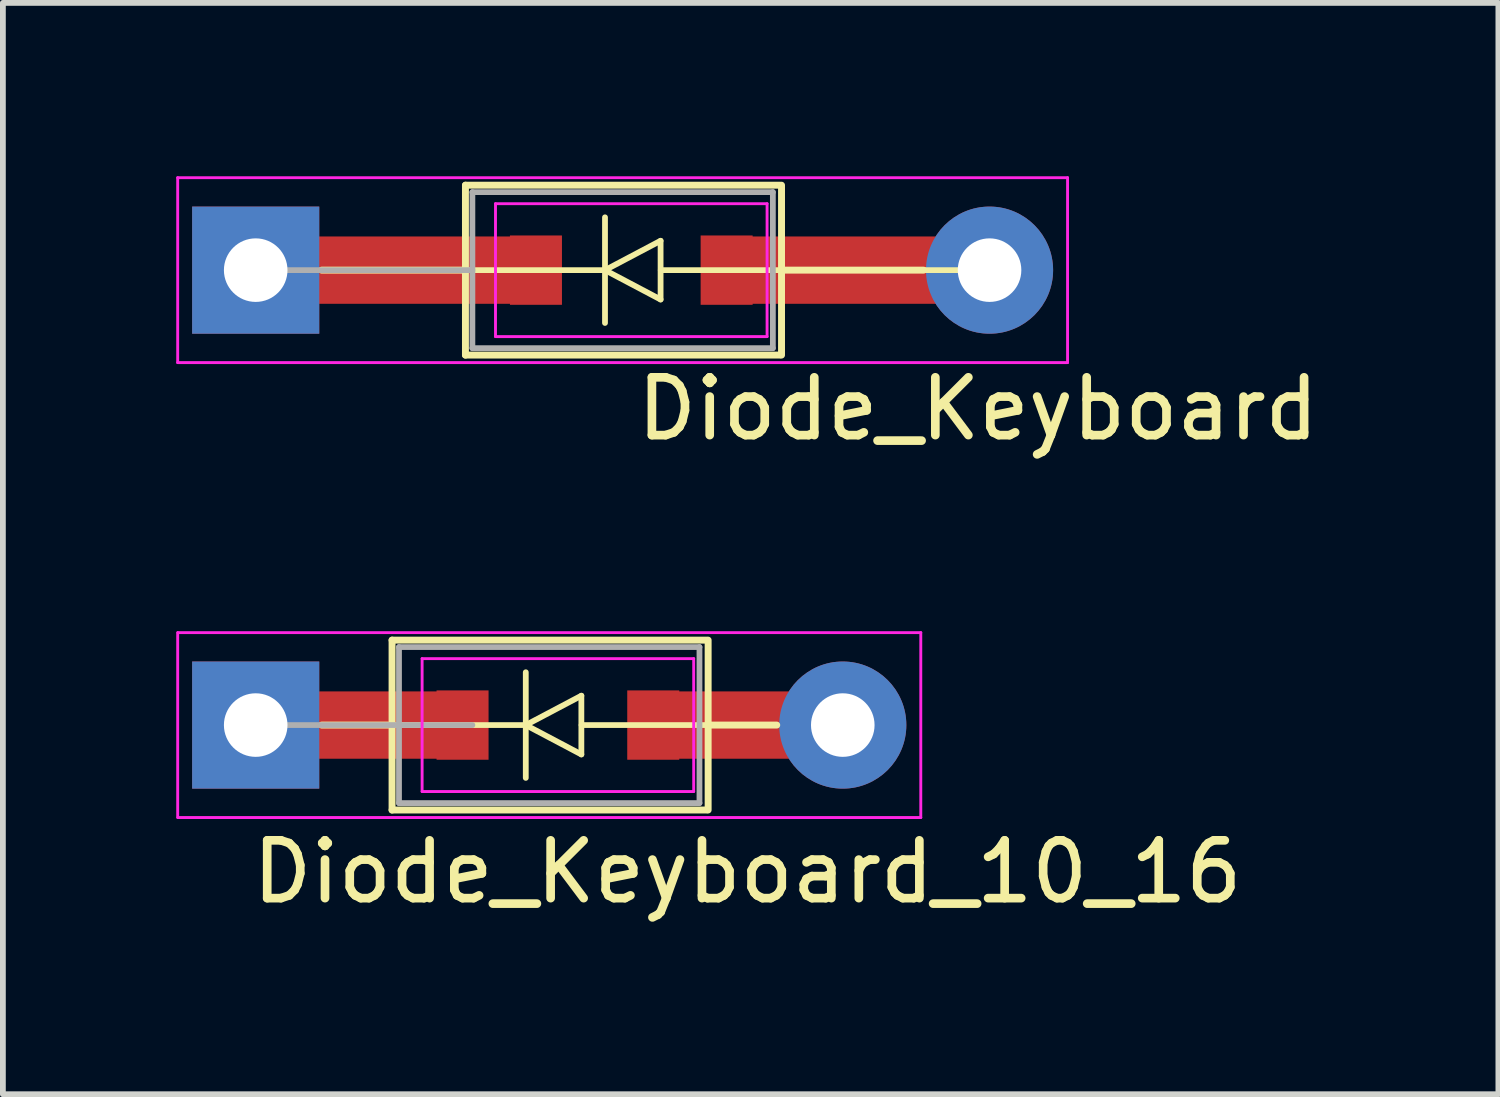
<source format=kicad_pcb>
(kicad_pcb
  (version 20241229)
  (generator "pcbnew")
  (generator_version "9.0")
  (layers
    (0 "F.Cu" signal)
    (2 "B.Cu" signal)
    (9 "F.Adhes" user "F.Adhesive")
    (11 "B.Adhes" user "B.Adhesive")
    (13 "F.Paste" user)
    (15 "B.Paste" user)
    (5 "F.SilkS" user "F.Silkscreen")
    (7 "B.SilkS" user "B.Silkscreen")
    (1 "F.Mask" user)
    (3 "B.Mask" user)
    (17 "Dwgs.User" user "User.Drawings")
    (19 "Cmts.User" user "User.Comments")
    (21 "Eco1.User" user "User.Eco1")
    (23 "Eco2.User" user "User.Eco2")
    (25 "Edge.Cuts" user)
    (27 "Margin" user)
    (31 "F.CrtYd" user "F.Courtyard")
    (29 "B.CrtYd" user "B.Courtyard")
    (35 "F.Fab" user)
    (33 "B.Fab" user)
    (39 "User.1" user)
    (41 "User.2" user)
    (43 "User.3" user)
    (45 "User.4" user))
  (footprint "Diode_Keyboard_10_16"
    (layer "F.Cu")
    (at 1.375 9.498)
    (property "Reference" "Diode_Keyboard_10_16" (at 8.509 2.54 0) (layer "F.SilkS") (effects (font (size 1 1) (thickness 0.15))))
    (attr through_hole)
    (fp_line (start 3.683 -0.254) (end 1.016 -0.254) (stroke (width 0.15) (type solid)) (layer "F.Cu"))
    (fp_line (start 3.683 0) (end 0.889 0) (stroke (width 0.15) (type solid)) (layer "F.Cu"))
    (fp_line (start 3.683 0.127) (end 1.016 0.127) (stroke (width 0.15) (type solid)) (layer "F.Cu"))
    (fp_line (start 3.683 0.254) (end 1.016 0.254) (stroke (width 0.15) (type solid)) (layer "F.Cu"))
    (fp_line (start 3.683 0.381) (end 1.016 0.381) (stroke (width 0.15) (type solid)) (layer "F.Cu"))
    (fp_line (start 3.683 0.508) (end 1.016 0.508) (stroke (width 0.15) (type solid)) (layer "F.Cu"))
    (fp_line (start 3.81 -0.381) (end 1.016 -0.381) (stroke (width 0.15) (type solid)) (layer "F.Cu"))
    (fp_line (start 3.81 -0.127) (end 1.016 -0.127) (stroke (width 0.15) (type solid)) (layer "F.Cu"))
    (fp_line (start 3.937 -0.508) (end 1.016 -0.508) (stroke (width 0.15) (type solid)) (layer "F.Cu"))
    (fp_line (start 7.239 0) (end 10.414 0) (stroke (width 0.15) (type solid)) (layer "F.Cu"))
    (fp_line (start 10.541 -0.508) (end 7.112 -0.508) (stroke (width 0.15) (type solid)) (layer "F.Cu"))
    (fp_line (start 10.541 -0.381) (end 7.112 -0.381) (stroke (width 0.15) (type solid)) (layer "F.Cu"))
    (fp_line (start 10.541 -0.254) (end 7.112 -0.254) (stroke (width 0.15) (type solid)) (layer "F.Cu"))
    (fp_line (start 10.541 -0.127) (end 7.112 -0.127) (stroke (width 0.15) (type solid)) (layer "F.Cu"))
    (fp_line (start 10.541 0.127) (end 7.112 0.127) (stroke (width 0.15) (type solid)) (layer "F.Cu"))
    (fp_line (start 10.541 0.254) (end 7.112 0.254) (stroke (width 0.15) (type solid)) (layer "F.Cu"))
    (fp_line (start 10.541 0.381) (end 7.112 0.381) (stroke (width 0.15) (type solid)) (layer "F.Cu"))
    (fp_line (start 10.541 0.508) (end 7.112 0.508) (stroke (width 0.15) (type solid)) (layer "F.Cu"))
    (fp_line (start 1.143 0) (end 2.286 0) (stroke (width 0.12) (type solid)) (layer "F.SilkS"))
    (fp_line (start 2.207 0) (end 4.674 0) (stroke (width 0.1) (type solid)) (layer "F.SilkS"))
    (fp_line (start 2.36 -1.47) (end 2.36 1.47) (stroke (width 0.12) (type solid)) (layer "F.SilkS"))
    (fp_line (start 2.36 1.47) (end 7.8 1.47) (stroke (width 0.12) (type solid)) (layer "F.SilkS"))
    (fp_line (start 4.674 0) (end 4.674 -0.914) (stroke (width 0.1) (type solid)) (layer "F.SilkS"))
    (fp_line (start 4.674 0) (end 5.636 -0.508) (stroke (width 0.1) (type solid)) (layer "F.SilkS"))
    (fp_line (start 4.674 0.914) (end 4.674 0) (stroke (width 0.1) (type solid)) (layer "F.SilkS"))
    (fp_line (start 5.636 -0.508) (end 5.636 0.508) (stroke (width 0.1) (type solid)) (layer "F.SilkS"))
    (fp_line (start 5.636 0.508) (end 4.674 0) (stroke (width 0.1) (type solid)) (layer "F.SilkS"))
    (fp_line (start 7.8 -1.47) (end 2.36 -1.47) (stroke (width 0.12) (type solid)) (layer "F.SilkS"))
    (fp_line (start 7.83 -1.47) (end 7.83 1.47) (stroke (width 0.12) (type solid)) (layer "F.SilkS"))
    (fp_line (start 7.874 0) (end 5.639 0) (stroke (width 0.1) (type solid)) (layer "F.SilkS"))
    (fp_line (start 9.017 0) (end 7.874 0) (stroke (width 0.12) (type solid)) (layer "F.SilkS"))
    (fp_line (start -1.35 -1.6) (end -1.35 1.6) (stroke (width 0.05) (type solid)) (layer "F.CrtYd"))
    (fp_line (start 2.88 -1.15) (end 2.88 1.15) (stroke (width 0.05) (type solid)) (layer "F.CrtYd"))
    (fp_line (start 2.88 -1.15) (end 7.58 -1.15) (stroke (width 0.05) (type solid)) (layer "F.CrtYd"))
    (fp_line (start 7.58 -1.15) (end 7.58 1.15) (stroke (width 0.05) (type solid)) (layer "F.CrtYd"))
    (fp_line (start 7.58 1.15) (end 2.88 1.15) (stroke (width 0.05) (type solid)) (layer "F.CrtYd"))
    (fp_line (start 11.51 -1.6) (end -1.346 -1.6) (stroke (width 0.05) (type solid)) (layer "F.CrtYd"))
    (fp_line (start 11.51 1.6) (end 11.51 -1.6) (stroke (width 0.05) (type solid)) (layer "F.CrtYd"))
    (fp_line (start 11.51 1.6) (end -1.346 1.6) (stroke (width 0.05) (type solid)) (layer "F.CrtYd"))
    (fp_line (start 0 0) (end 3.75 0) (stroke (width 0.1) (type solid)) (layer "F.Fab"))
    (fp_line (start 2.48 -1.35) (end 2.48 1.35) (stroke (width 0.1) (type solid)) (layer "F.Fab"))
    (fp_line (start 2.48 1.35) (end 7.68 1.35) (stroke (width 0.1) (type solid)) (layer "F.Fab"))
    (fp_line (start 7.68 -1.35) (end 2.48 -1.35) (stroke (width 0.1) (type solid)) (layer "F.Fab"))
    (fp_line (start 7.68 1.35) (end 7.68 -1.35) (stroke (width 0.1) (type solid)) (layer "F.Fab"))
    (pad "1" thru_hole rect (at 0 0) (size 2.2 2.2) (drill 1.1) (layers "*.Cu" "*.Mask"))
    (pad "1" smd rect (at 3.58 0) (size 0.9 1.2) (layers "F.Cu" "F.Mask" "F.Paste"))
    (pad "2" smd rect (at 6.88 0) (size 0.9 1.2) (layers "F.Cu" "F.Mask" "F.Paste"))
    (pad "2" thru_hole oval (at 10.16 0) (size 2.2 2.2) (drill 1.1) (layers "*.Cu" "*.Mask")))
  (footprint "Diode_Keyboard"
    (layer "F.Cu")
    (at 1.375 1.625)
    (property "Reference" "Diode_Keyboard" (at 12.5 2.4 0) (layer "F.SilkS") (effects (font (size 1 1) (thickness 0.15))))
    (attr through_hole)
    (fp_line (start 4.445 -0.508) (end 1.016 -0.508) (stroke (width 0.15) (type solid)) (layer "F.Cu"))
    (fp_line (start 4.445 -0.381) (end 1.016 -0.381) (stroke (width 0.15) (type solid)) (layer "F.Cu"))
    (fp_line (start 4.445 -0.254) (end 1.016 -0.254) (stroke (width 0.15) (type solid)) (layer "F.Cu"))
    (fp_line (start 4.445 -0.127) (end 1.016 -0.127) (stroke (width 0.15) (type solid)) (layer "F.Cu"))
    (fp_line (start 4.445 0) (end 0.889 0) (stroke (width 0.15) (type solid)) (layer "F.Cu"))
    (fp_line (start 4.445 0.127) (end 1.016 0.127) (stroke (width 0.15) (type solid)) (layer "F.Cu"))
    (fp_line (start 4.445 0.254) (end 1.016 0.254) (stroke (width 0.15) (type solid)) (layer "F.Cu"))
    (fp_line (start 4.445 0.381) (end 1.016 0.381) (stroke (width 0.15) (type solid)) (layer "F.Cu"))
    (fp_line (start 4.445 0.508) (end 1.016 0.508) (stroke (width 0.15) (type solid)) (layer "F.Cu"))
    (fp_line (start 8.509 0) (end 11.684 0) (stroke (width 0.15) (type solid)) (layer "F.Cu"))
    (fp_line (start 11.811 -0.508) (end 8.382 -0.508) (stroke (width 0.15) (type solid)) (layer "F.Cu"))
    (fp_line (start 11.811 -0.381) (end 8.382 -0.381) (stroke (width 0.15) (type solid)) (layer "F.Cu"))
    (fp_line (start 11.811 -0.254) (end 8.382 -0.254) (stroke (width 0.15) (type solid)) (layer "F.Cu"))
    (fp_line (start 11.811 -0.127) (end 8.382 -0.127) (stroke (width 0.15) (type solid)) (layer "F.Cu"))
    (fp_line (start 11.811 0.127) (end 8.382 0.127) (stroke (width 0.15) (type solid)) (layer "F.Cu"))
    (fp_line (start 11.811 0.254) (end 8.382 0.254) (stroke (width 0.15) (type solid)) (layer "F.Cu"))
    (fp_line (start 11.811 0.381) (end 8.382 0.381) (stroke (width 0.15) (type solid)) (layer "F.Cu"))
    (fp_line (start 11.811 0.508) (end 8.382 0.508) (stroke (width 0.15) (type solid)) (layer "F.Cu"))
    (fp_line (start 1.143 0) (end 3.63 0) (stroke (width 0.12) (type solid)) (layer "F.SilkS"))
    (fp_line (start 3.607 0) (end 6.045 0) (stroke (width 0.1) (type solid)) (layer "F.SilkS"))
    (fp_line (start 3.63 -1.47) (end 3.63 1.47) (stroke (width 0.12) (type solid)) (layer "F.SilkS"))
    (fp_line (start 3.63 1.47) (end 9.07 1.47) (stroke (width 0.12) (type solid)) (layer "F.SilkS"))
    (fp_line (start 6.045 0) (end 6.045 -0.914) (stroke (width 0.1) (type solid)) (layer "F.SilkS"))
    (fp_line (start 6.045 0) (end 7.007 -0.508) (stroke (width 0.1) (type solid)) (layer "F.SilkS"))
    (fp_line (start 6.045 0.914) (end 6.045 0) (stroke (width 0.1) (type solid)) (layer "F.SilkS"))
    (fp_line (start 7.007 -0.508) (end 7.007 0.508) (stroke (width 0.1) (type solid)) (layer "F.SilkS"))
    (fp_line (start 7.007 0.508) (end 6.045 0) (stroke (width 0.1) (type solid)) (layer "F.SilkS"))
    (fp_line (start 9.07 -1.47) (end 3.63 -1.47) (stroke (width 0.12) (type solid)) (layer "F.SilkS"))
    (fp_line (start 9.1 -1.47) (end 9.1 1.47) (stroke (width 0.12) (type solid)) (layer "F.SilkS"))
    (fp_line (start 11.557 0) (end 9.144 0) (stroke (width 0.12) (type solid)) (layer "F.SilkS"))
    (fp_line (start 12.7 0) (end 7.01 0) (stroke (width 0.1) (type solid)) (layer "F.SilkS"))
    (fp_line (start -1.35 -1.6) (end -1.35 1.6) (stroke (width 0.05) (type solid)) (layer "F.CrtYd"))
    (fp_line (start -1.35 1.6) (end 14.05 1.6) (stroke (width 0.05) (type solid)) (layer "F.CrtYd"))
    (fp_line (start 4.15 -1.15) (end 4.15 1.15) (stroke (width 0.05) (type solid)) (layer "F.CrtYd"))
    (fp_line (start 4.15 -1.15) (end 8.85 -1.15) (stroke (width 0.05) (type solid)) (layer "F.CrtYd"))
    (fp_line (start 8.85 -1.15) (end 8.85 1.15) (stroke (width 0.05) (type solid)) (layer "F.CrtYd"))
    (fp_line (start 8.85 1.15) (end 4.15 1.15) (stroke (width 0.05) (type solid)) (layer "F.CrtYd"))
    (fp_line (start 14.05 -1.6) (end -1.35 -1.6) (stroke (width 0.05) (type solid)) (layer "F.CrtYd"))
    (fp_line (start 14.05 1.6) (end 14.05 -1.6) (stroke (width 0.05) (type solid)) (layer "F.CrtYd"))
    (fp_line (start 0 0) (end 3.75 0) (stroke (width 0.1) (type solid)) (layer "F.Fab"))
    (fp_line (start 3.75 -1.35) (end 3.75 1.35) (stroke (width 0.1) (type solid)) (layer "F.Fab"))
    (fp_line (start 3.75 1.35) (end 8.95 1.35) (stroke (width 0.1) (type solid)) (layer "F.Fab"))
    (fp_line (start 8.95 -1.35) (end 3.75 -1.35) (stroke (width 0.1) (type solid)) (layer "F.Fab"))
    (fp_line (start 8.95 1.35) (end 8.95 -1.35) (stroke (width 0.1) (type solid)) (layer "F.Fab"))
    (pad "1" thru_hole rect (at 0 0) (size 2.2 2.2) (drill 1.1) (layers "*.Cu" "*.Mask"))
    (pad "1" smd rect (at 4.85 0) (size 0.9 1.2) (layers "F.Cu" "F.Mask" "F.Paste"))
    (pad "2" smd rect (at 8.15 0) (size 0.9 1.2) (layers "F.Cu" "F.Mask" "F.Paste"))
    (pad "2" thru_hole oval (at 12.7 0) (size 2.2 2.2) (drill 1.1) (layers "*.Cu" "*.Mask")))
  (gr_rect
    (start -3 -3)
    (end 22.881 15.887)
    (stroke (width 0.1) (type default))
    (fill no)
    (layer "Edge.Cuts")))
</source>
